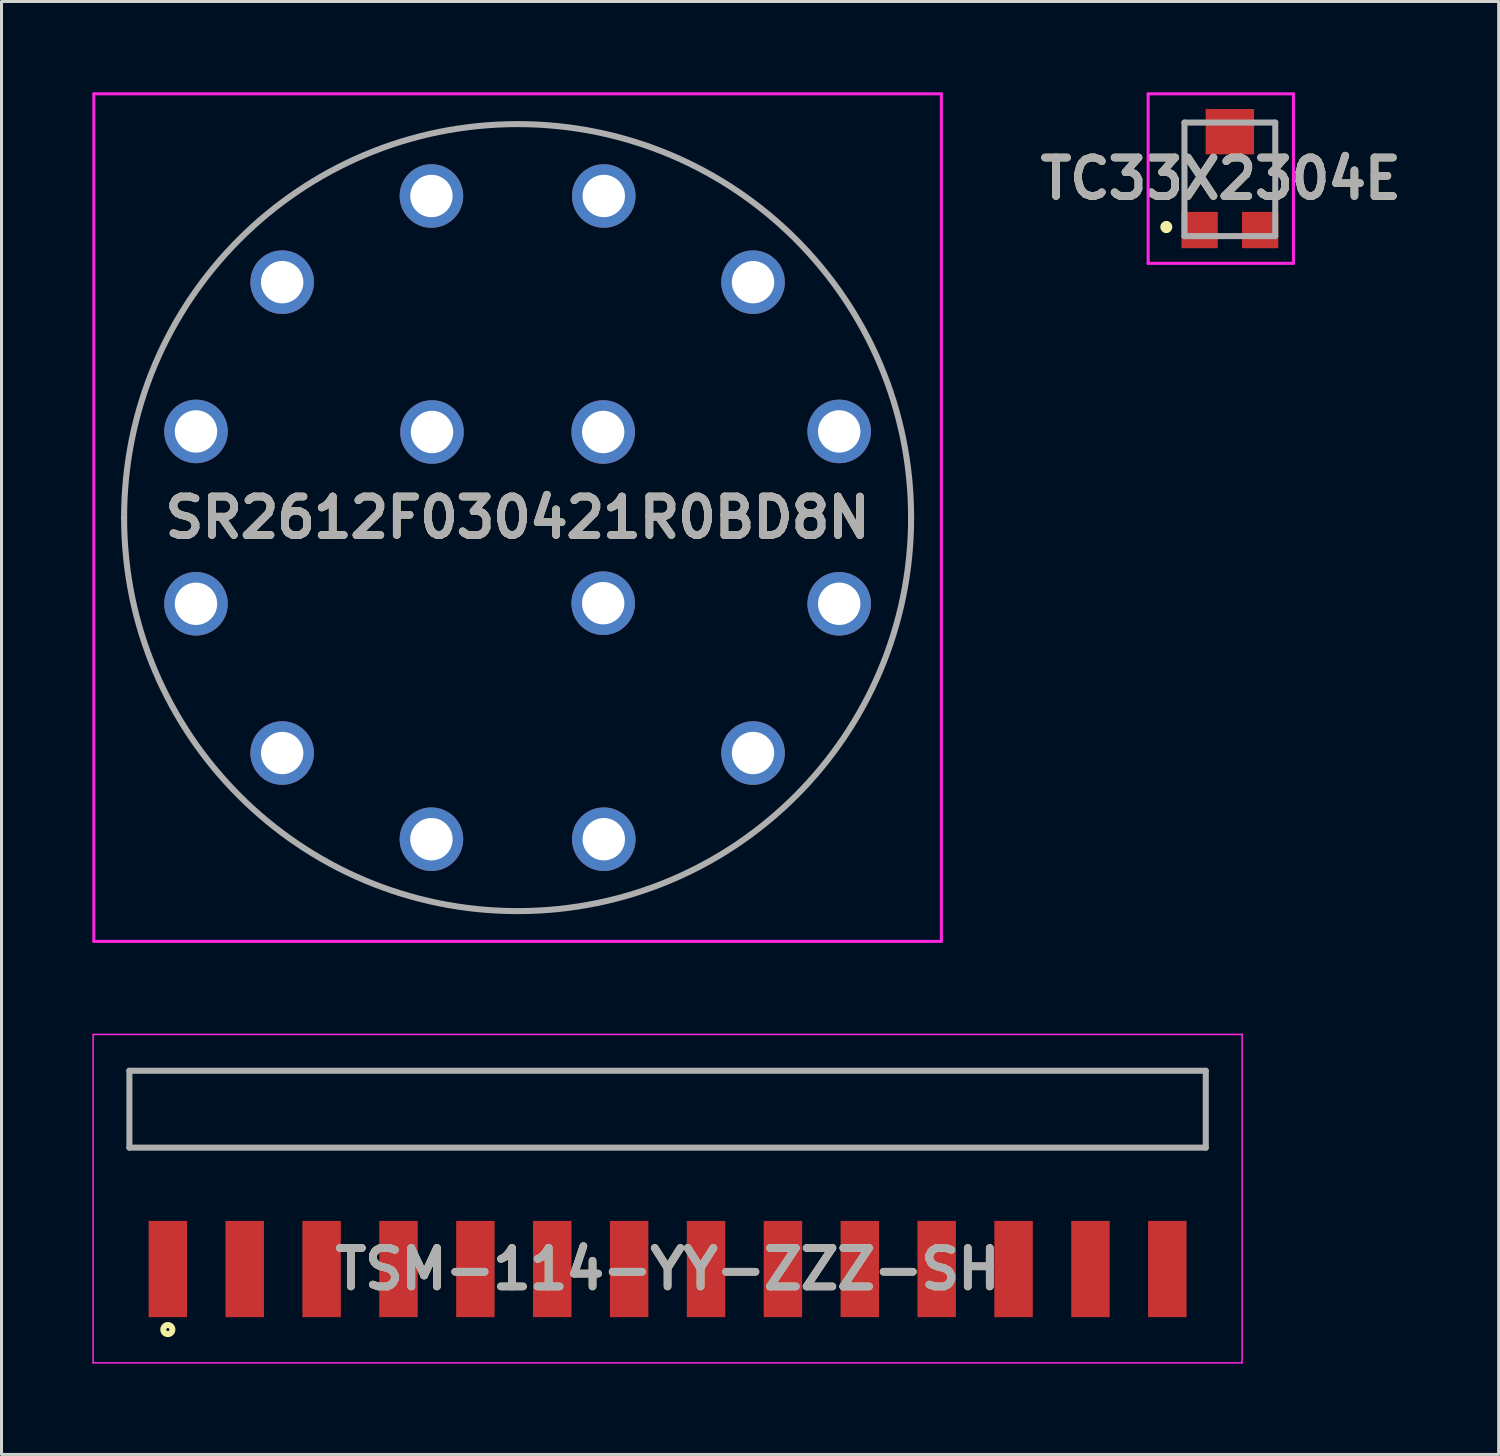
<source format=kicad_pcb>
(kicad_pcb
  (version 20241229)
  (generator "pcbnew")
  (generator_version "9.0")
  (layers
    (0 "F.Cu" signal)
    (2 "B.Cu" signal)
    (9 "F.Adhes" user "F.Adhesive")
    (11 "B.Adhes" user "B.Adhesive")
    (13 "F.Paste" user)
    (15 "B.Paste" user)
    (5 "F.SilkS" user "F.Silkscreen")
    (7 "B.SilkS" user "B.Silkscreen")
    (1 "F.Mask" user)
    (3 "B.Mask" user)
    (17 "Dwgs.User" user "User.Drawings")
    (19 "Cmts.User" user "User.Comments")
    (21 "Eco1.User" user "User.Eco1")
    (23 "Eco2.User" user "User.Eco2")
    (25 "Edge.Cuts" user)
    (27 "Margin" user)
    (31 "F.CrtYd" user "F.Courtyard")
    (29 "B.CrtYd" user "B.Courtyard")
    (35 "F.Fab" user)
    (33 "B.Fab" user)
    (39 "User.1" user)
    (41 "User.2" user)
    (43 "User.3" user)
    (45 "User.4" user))
  (footprint "SR2612F030421R0BD8N"
    (layer "F.Cu")
    (at 14.05 14.05)
    (property "Reference" "SR2612F030421R0BD8N" (at 0 0 0) (layer "F.SilkS") (effects (font (size 1.27 1.27) (thickness 0.254))))
    (attr through_hole)
    (fp_line (start -13 0) (end -13 0) (stroke (width 0.1) (type solid)) (layer "F.SilkS"))
    (fp_line (start 13 0) (end 13 0) (stroke (width 0.1) (type solid)) (layer "F.SilkS"))
    (fp_arc (start -13 0) (mid 0 -13) (end 13 0) (stroke (width 0.1) (type solid)) (layer "F.SilkS"))
    (fp_arc (start 13 0) (mid 0 13) (end -13 0) (stroke (width 0.1) (type solid)) (layer "F.SilkS"))
    (fp_line (start -14 -14) (end 14 -14) (stroke (width 0.1) (type solid)) (layer "F.CrtYd"))
    (fp_line (start -14 14) (end -14 -14) (stroke (width 0.1) (type solid)) (layer "F.CrtYd"))
    (fp_line (start 14 -14) (end 14 14) (stroke (width 0.1) (type solid)) (layer "F.CrtYd"))
    (fp_line (start 14 14) (end -14 14) (stroke (width 0.1) (type solid)) (layer "F.CrtYd"))
    (fp_line (start -13 0) (end -13 0) (stroke (width 0.2) (type solid)) (layer "F.Fab"))
    (fp_line (start 13 0) (end 13 0) (stroke (width 0.2) (type solid)) (layer "F.Fab"))
    (fp_arc (start -13 0) (mid 0 -13) (end 13 0) (stroke (width 0.2) (type solid)) (layer "F.Fab"))
    (fp_arc (start 13 0) (mid 0 13) (end -13 0) (stroke (width 0.2) (type solid)) (layer "F.Fab"))
    (fp_text user "${REFERENCE}" (at 0 0 0) (layer "F.Fab") (effects (font (size 1.27 1.27) (thickness 0.254))))
    (pad "1" thru_hole circle (at -10.625 -2.847) (size 2.1 2.1) (drill 1.4) (layers "*.Cu" "*.Mask"))
    (pad "2" thru_hole circle (at -7.778 -7.778) (size 2.1 2.1) (drill 1.4) (layers "*.Cu" "*.Mask"))
    (pad "3" thru_hole circle (at -2.847 -10.625) (size 2.1 2.1) (drill 1.4) (layers "*.Cu" "*.Mask"))
    (pad "4" thru_hole circle (at 2.847 -10.625) (size 2.1 2.1) (drill 1.4) (layers "*.Cu" "*.Mask"))
    (pad "5" thru_hole circle (at 7.778 -7.778) (size 2.1 2.1) (drill 1.4) (layers "*.Cu" "*.Mask"))
    (pad "6" thru_hole circle (at 10.625 -2.847) (size 2.1 2.1) (drill 1.4) (layers "*.Cu" "*.Mask"))
    (pad "7" thru_hole circle (at 10.625 2.847) (size 2.1 2.1) (drill 1.4) (layers "*.Cu" "*.Mask"))
    (pad "8" thru_hole circle (at 7.778 7.778) (size 2.1 2.1) (drill 1.4) (layers "*.Cu" "*.Mask"))
    (pad "9" thru_hole circle (at 2.847 10.625) (size 2.1 2.1) (drill 1.4) (layers "*.Cu" "*.Mask"))
    (pad "10" thru_hole circle (at -2.847 10.625) (size 2.1 2.1) (drill 1.4) (layers "*.Cu" "*.Mask"))
    (pad "11" thru_hole circle (at -7.778 7.778) (size 2.1 2.1) (drill 1.4) (layers "*.Cu" "*.Mask"))
    (pad "12" thru_hole circle (at -10.625 2.847) (size 2.1 2.1) (drill 1.4) (layers "*.Cu" "*.Mask"))
    (pad "A1" thru_hole circle (at -2.828 -2.828) (size 2.1 2.1) (drill 1.4) (layers "*.Cu" "*.Mask"))
    (pad "B1" thru_hole circle (at 2.828 -2.828) (size 2.1 2.1) (drill 1.4) (layers "*.Cu" "*.Mask"))
    (pad "C1" thru_hole circle (at 2.828 2.828) (size 2.1 2.1) (drill 1.4) (layers "*.Cu" "*.Mask")))
  (footprint "TC33X2304E"
    (layer "F.Cu")
    (at 37.581 2.75)
    (property "Reference" "TC33X2304E" (at -0.3 0.1 0) (layer "F.SilkS") (effects (font (size 1.27 1.27) (thickness 0.254))))
    (attr smd)
    (fp_line (start -2.1 1.6) (end -2.1 1.6) (stroke (width 0.2) (type solid)) (layer "F.SilkS"))
    (fp_line (start -2.1 1.8) (end -2.1 1.8) (stroke (width 0.2) (type solid)) (layer "F.SilkS"))
    (fp_line (start -1.5 -1.75) (end -1.5 0.5) (stroke (width 0.1) (type solid)) (layer "F.SilkS"))
    (fp_line (start -1.2 -1.75) (end -1.5 -1.75) (stroke (width 0.1) (type solid)) (layer "F.SilkS"))
    (fp_line (start -0.1 2) (end 0.1 2) (stroke (width 0.1) (type solid)) (layer "F.SilkS"))
    (fp_line (start 1.2 -1.75) (end 1.5 -1.75) (stroke (width 0.1) (type solid)) (layer "F.SilkS"))
    (fp_line (start 1.5 -1.75) (end 1.5 0.5) (stroke (width 0.1) (type solid)) (layer "F.SilkS"))
    (fp_arc (start -2.1 1.6) (mid -2 1.7) (end -2.1 1.8) (stroke (width 0.2) (type solid)) (layer "F.SilkS"))
    (fp_arc (start -2.1 1.8) (mid -2.2 1.7) (end -2.1 1.6) (stroke (width 0.2) (type solid)) (layer "F.SilkS"))
    (fp_line (start -2.7 -2.7) (end 2.1 -2.7) (stroke (width 0.1) (type solid)) (layer "F.CrtYd"))
    (fp_line (start -2.7 2.9) (end -2.7 -2.7) (stroke (width 0.1) (type solid)) (layer "F.CrtYd"))
    (fp_line (start 2.1 -2.7) (end 2.1 2.9) (stroke (width 0.1) (type solid)) (layer "F.CrtYd"))
    (fp_line (start 2.1 2.9) (end -2.7 2.9) (stroke (width 0.1) (type solid)) (layer "F.CrtYd"))
    (fp_line (start -1.5 -1.75) (end 1.5 -1.75) (stroke (width 0.2) (type solid)) (layer "F.Fab"))
    (fp_line (start -1.5 2) (end -1.5 -1.75) (stroke (width 0.2) (type solid)) (layer "F.Fab"))
    (fp_line (start 1.5 -1.75) (end 1.5 2) (stroke (width 0.2) (type solid)) (layer "F.Fab"))
    (fp_line (start 1.5 2) (end -1.5 2) (stroke (width 0.2) (type solid)) (layer "F.Fab"))
    (fp_text user "${REFERENCE}" (at -0.3 0.1 0) (layer "F.Fab") (effects (font (size 1.27 1.27) (thickness 0.254))))
    (pad "1" smd rect (at -1 1.8 90) (size 1.2 1.2) (layers "F.Cu" "F.Mask" "F.Paste"))
    (pad "2" smd rect (at 0 -1.45 90) (size 1.5 1.6) (layers "F.Cu" "F.Mask" "F.Paste"))
    (pad "3" smd rect (at 1 1.8 90) (size 1.2 1.2) (layers "F.Cu" "F.Mask" "F.Paste")))
  (footprint "TSM-114-YY-ZZZ-SH"
    (layer "F.Cu")
    (at 19.005 38.875)
    (property "Reference" "TSM-114-YY-ZZZ-SH" (at 0 0 0) (layer "F.SilkS") (effects (font (size 1.27 1.27) (thickness 0.254))))
    (attr smd)
    (fp_line (start -17.78 -6.55) (end 17.78 -6.55) (stroke (width 0.1) (type solid)) (layer "F.SilkS"))
    (fp_line (start -17.78 -4.01) (end -17.78 -6.55) (stroke (width 0.1) (type solid)) (layer "F.SilkS"))
    (fp_line (start 17.78 -6.55) (end 17.78 -4.01) (stroke (width 0.1) (type solid)) (layer "F.SilkS"))
    (fp_line (start 17.78 -4.01) (end -17.78 -4.01) (stroke (width 0.1) (type solid)) (layer "F.SilkS"))
    (fp_circle (center -16.51 2) (end -16.51 2.05) (stroke (width 0.2) (type solid)) (fill no) (layer "F.SilkS"))
    (fp_line (start -18.98 -7.75) (end 18.98 -7.75) (stroke (width 0.05) (type solid)) (layer "F.CrtYd"))
    (fp_line (start -18.98 3.1) (end -18.98 -7.75) (stroke (width 0.05) (type solid)) (layer "F.CrtYd"))
    (fp_line (start 18.98 -7.75) (end 18.98 3.1) (stroke (width 0.05) (type solid)) (layer "F.CrtYd"))
    (fp_line (start 18.98 3.1) (end -18.98 3.1) (stroke (width 0.05) (type solid)) (layer "F.CrtYd"))
    (fp_line (start -17.78 -6.55) (end 17.78 -6.55) (stroke (width 0.2) (type solid)) (layer "F.Fab"))
    (fp_line (start -17.78 -4.01) (end -17.78 -6.55) (stroke (width 0.2) (type solid)) (layer "F.Fab"))
    (fp_line (start 17.78 -6.55) (end 17.78 -4.01) (stroke (width 0.2) (type solid)) (layer "F.Fab"))
    (fp_line (start 17.78 -4.01) (end -17.78 -4.01) (stroke (width 0.2) (type solid)) (layer "F.Fab"))
    (fp_text user "${REFERENCE}" (at 0 0 0) (layer "F.Fab") (effects (font (size 1.27 1.27) (thickness 0.254))))
    (pad "1" smd rect (at -16.51 0) (size 1.27 3.18) (layers "F.Cu" "F.Mask" "F.Paste"))
    (pad "2" smd rect (at -13.97 0) (size 1.27 3.18) (layers "F.Cu" "F.Mask" "F.Paste"))
    (pad "3" smd rect (at -11.43 0) (size 1.27 3.18) (layers "F.Cu" "F.Mask" "F.Paste"))
    (pad "4" smd rect (at -8.89 0) (size 1.27 3.18) (layers "F.Cu" "F.Mask" "F.Paste"))
    (pad "5" smd rect (at -6.35 0) (size 1.27 3.18) (layers "F.Cu" "F.Mask" "F.Paste"))
    (pad "6" smd rect (at -3.81 0) (size 1.27 3.18) (layers "F.Cu" "F.Mask" "F.Paste"))
    (pad "7" smd rect (at -1.27 0) (size 1.27 3.18) (layers "F.Cu" "F.Mask" "F.Paste"))
    (pad "8" smd rect (at 1.27 0) (size 1.27 3.18) (layers "F.Cu" "F.Mask" "F.Paste"))
    (pad "9" smd rect (at 3.81 0) (size 1.27 3.18) (layers "F.Cu" "F.Mask" "F.Paste"))
    (pad "10" smd rect (at 6.35 0) (size 1.27 3.18) (layers "F.Cu" "F.Mask" "F.Paste"))
    (pad "11" smd rect (at 8.89 0) (size 1.27 3.18) (layers "F.Cu" "F.Mask" "F.Paste"))
    (pad "12" smd rect (at 11.43 0) (size 1.27 3.18) (layers "F.Cu" "F.Mask" "F.Paste"))
    (pad "13" smd rect (at 13.97 0) (size 1.27 3.18) (layers "F.Cu" "F.Mask" "F.Paste"))
    (pad "14" smd rect (at 16.51 0) (size 1.27 3.18) (layers "F.Cu" "F.Mask" "F.Paste")))
  (gr_rect
    (start -3 -3)
    (end 46.461 45)
    (stroke (width 0.1) (type default))
    (fill no)
    (layer "Edge.Cuts")))
</source>
